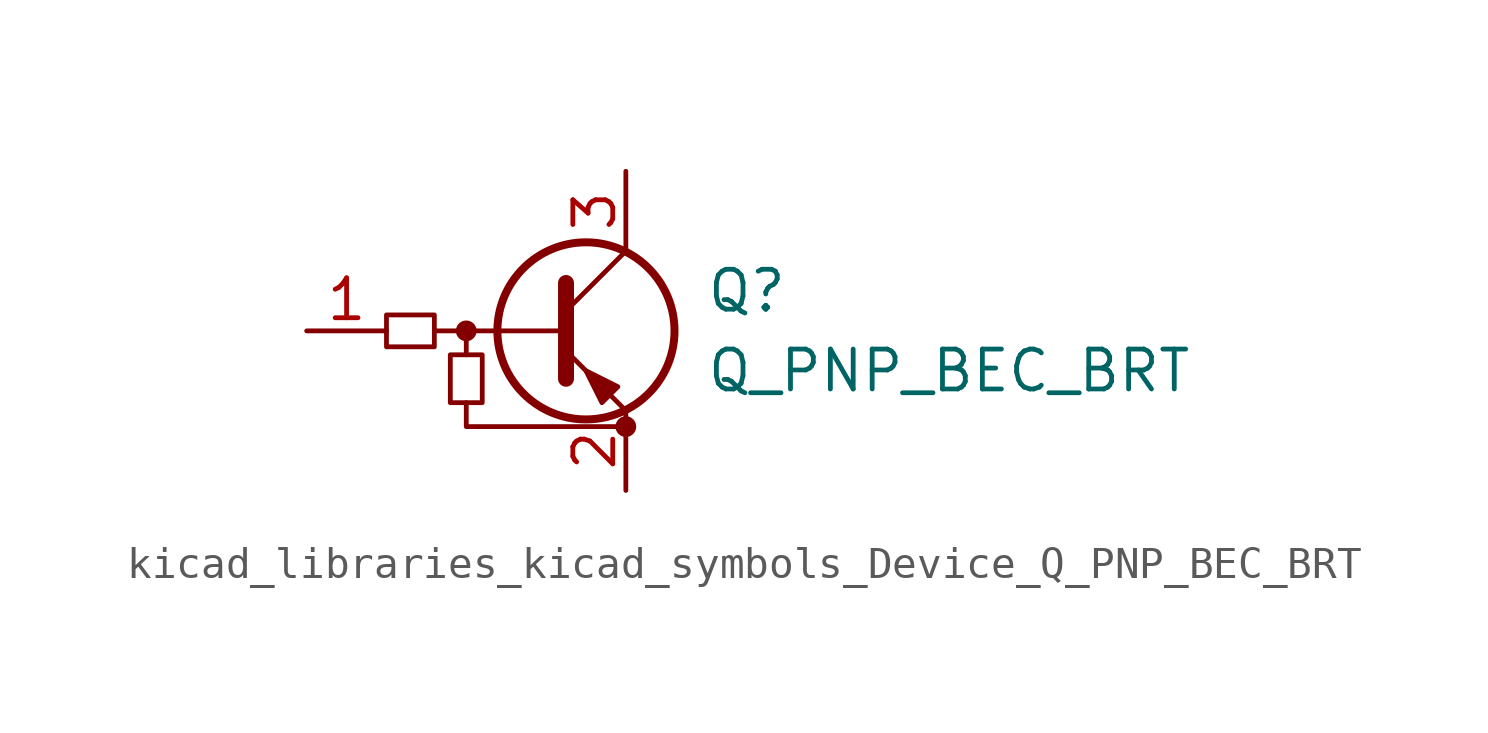
<source format=kicad_sym>
(kicad_symbol_lib
  (version 20220914)
  (generator kicad_symbol_editor)
  (symbol "kicad_libraries_kicad_symbols_Device_Q_PNP_BEC_BRT"
    (pin_names hide)
    (property "Reference" "Q"
      (at 3.81 1.27 0)
      (effects (font (size 1.27 1.27)) (justify left)))
    (property "Value" "Q_PNP_BEC_BRT"
      (at 3.81 -1.27 0)
      (effects (font (size 1.27 1.27)) (justify left)))
    (symbol "kicad_libraries_kicad_symbols_Device_Q_PNP_BEC_BRT_0_1"
      (rectangle (start -6.35 0.508) (end -4.826 -0.508) (stroke (width 0) (type default)) (fill (type none)))
      (rectangle (start -4.318 -2.286) (end -3.302 -0.762) (stroke (width 0) (type default)) (fill (type none)))
      (circle (center -3.81 0) (radius 0.254) (stroke (width 0) (type default)) (fill (type outline)))
      (polyline (pts (xy -3.81 -0.762) (xy -3.81 0)) (stroke (width 0) (type default)) (fill (type none)))
      (polyline (pts (xy -0.762 0) (xy -4.826 0)) (stroke (width 0) (type default)) (fill (type none)))
      (polyline (pts (xy -0.635 1.524) (xy -0.635 -1.524)) (stroke (width 0.508) (type default)) (fill (type none)))
      (polyline (pts (xy -3.81 -2.286) (xy -3.81 -3.048) (xy 1.27 -3.048)) (stroke (width 0) (type default)) (fill (type none)))
      (polyline (pts (xy 1.016 -1.778) (xy 0.508 -2.286) (xy 0 -1.27) (xy 1.016 -1.778) (xy 1.016 -1.778)) (stroke (width 0) (type default)) (fill (type outline)))
      (circle (center 1.27 -3.048) (radius 0.254) (stroke (width 0) (type default)) (fill (type outline))))
    (symbol "kicad_libraries_kicad_symbols_Device_Q_PNP_BEC_BRT_1_1"
      (polyline (pts (xy -0.635 0.635) (xy 1.27 2.54)) (stroke (width 0) (type default)) (fill (type none)))
      (polyline (pts (xy -0.635 -0.635) (xy 1.27 -2.54) (xy 1.27 -2.54)) (stroke (width 0) (type default)) (fill (type none)))
      (circle (center 0 0) (radius 2.819) (stroke (width 0.254) (type default)) (fill (type none)))
      (pin input line (at -8.89 0 0) (length 2.54) (name "B" (effects (font (size 1.27 1.27)))) (number "1" (effects (font (size 1.27 1.27)))))
      (pin passive line (at 1.27 -5.08 90) (length 2.54) (name "E" (effects (font (size 1.27 1.27)))) (number "2" (effects (font (size 1.27 1.27)))))
      (pin passive line (at 1.27 5.08 270) (length 2.54) (name "C" (effects (font (size 1.27 1.27)))) (number "3" (effects (font (size 1.27 1.27))))))))
</source>
